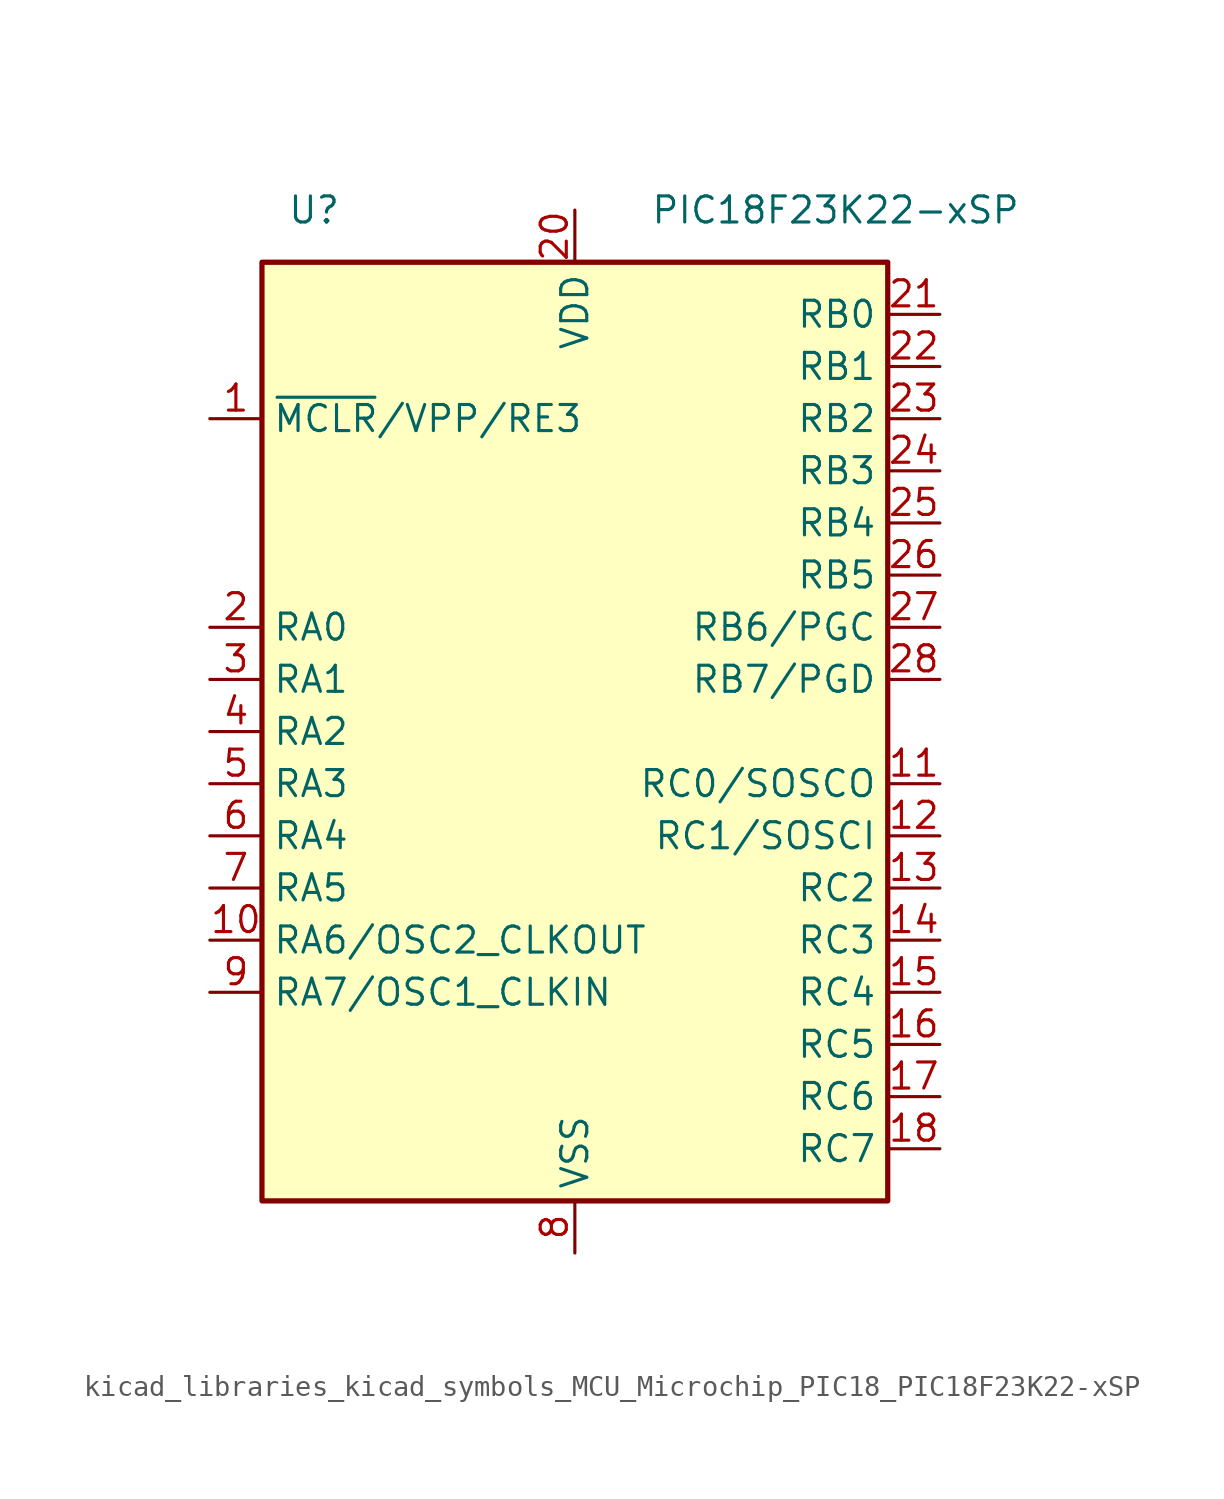
<source format=kicad_sym>
(kicad_symbol_lib
  (version 20220914)
  (generator kicad_symbol_editor)
  (symbol "kicad_libraries_kicad_symbols_MCU_Microchip_PIC18_PIC18F23K22-xSP"
    (property "Reference" "U"
      (at -12.7 25.4 0)
      (effects (font (size 1.27 1.27))))
    (property "Value" "PIC18F23K22-xSP"
      (at 12.7 25.4 0)
      (effects (font (size 1.27 1.27))))
    (symbol "kicad_libraries_kicad_symbols_MCU_Microchip_PIC18_PIC18F23K22-xSP_1_1"
      (rectangle (start -15.24 22.86) (end 15.24 -22.86) (stroke (width 0.254) (type default)) (fill (type background)))
      (pin input line (at -17.78 15.24 0) (length 2.54) (name "~{MCLR}/VPP/RE3" (effects (font (size 1.27 1.27)))) (number "1" (effects (font (size 1.27 1.27)))))
      (pin bidirectional line (at -17.78 -10.16 0) (length 2.54) (name "RA6/OSC2_CLKOUT" (effects (font (size 1.27 1.27)))) (number "10" (effects (font (size 1.27 1.27)))))
      (pin bidirectional line (at 17.78 -2.54 180) (length 2.54) (name "RC0/SOSCO" (effects (font (size 1.27 1.27)))) (number "11" (effects (font (size 1.27 1.27)))))
      (pin bidirectional line (at 17.78 -5.08 180) (length 2.54) (name "RC1/SOSCI" (effects (font (size 1.27 1.27)))) (number "12" (effects (font (size 1.27 1.27)))))
      (pin bidirectional line (at 17.78 -7.62 180) (length 2.54) (name "RC2" (effects (font (size 1.27 1.27)))) (number "13" (effects (font (size 1.27 1.27)))))
      (pin bidirectional line (at 17.78 -10.16 180) (length 2.54) (name "RC3" (effects (font (size 1.27 1.27)))) (number "14" (effects (font (size 1.27 1.27)))))
      (pin bidirectional line (at 17.78 -12.7 180) (length 2.54) (name "RC4" (effects (font (size 1.27 1.27)))) (number "15" (effects (font (size 1.27 1.27)))))
      (pin bidirectional line (at 17.78 -15.24 180) (length 2.54) (name "RC5" (effects (font (size 1.27 1.27)))) (number "16" (effects (font (size 1.27 1.27)))))
      (pin bidirectional line (at 17.78 -17.78 180) (length 2.54) (name "RC6" (effects (font (size 1.27 1.27)))) (number "17" (effects (font (size 1.27 1.27)))))
      (pin bidirectional line (at 17.78 -20.32 180) (length 2.54) (name "RC7" (effects (font (size 1.27 1.27)))) (number "18" (effects (font (size 1.27 1.27)))))
      (pin passive line (at 0 -25.4 90) (length 2.54) hide (name "VSS" (effects (font (size 1.27 1.27)))) (number "19" (effects (font (size 1.27 1.27)))))
      (pin bidirectional line (at -17.78 5.08 0) (length 2.54) (name "RA0" (effects (font (size 1.27 1.27)))) (number "2" (effects (font (size 1.27 1.27)))))
      (pin power_in line (at 0 25.4 270) (length 2.54) (name "VDD" (effects (font (size 1.27 1.27)))) (number "20" (effects (font (size 1.27 1.27)))))
      (pin bidirectional line (at 17.78 20.32 180) (length 2.54) (name "RB0" (effects (font (size 1.27 1.27)))) (number "21" (effects (font (size 1.27 1.27)))))
      (pin bidirectional line (at 17.78 17.78 180) (length 2.54) (name "RB1" (effects (font (size 1.27 1.27)))) (number "22" (effects (font (size 1.27 1.27)))))
      (pin bidirectional line (at 17.78 15.24 180) (length 2.54) (name "RB2" (effects (font (size 1.27 1.27)))) (number "23" (effects (font (size 1.27 1.27)))))
      (pin bidirectional line (at 17.78 12.7 180) (length 2.54) (name "RB3" (effects (font (size 1.27 1.27)))) (number "24" (effects (font (size 1.27 1.27)))))
      (pin bidirectional line (at 17.78 10.16 180) (length 2.54) (name "RB4" (effects (font (size 1.27 1.27)))) (number "25" (effects (font (size 1.27 1.27)))))
      (pin bidirectional line (at 17.78 7.62 180) (length 2.54) (name "RB5" (effects (font (size 1.27 1.27)))) (number "26" (effects (font (size 1.27 1.27)))))
      (pin bidirectional line (at 17.78 5.08 180) (length 2.54) (name "RB6/PGC" (effects (font (size 1.27 1.27)))) (number "27" (effects (font (size 1.27 1.27)))))
      (pin bidirectional line (at 17.78 2.54 180) (length 2.54) (name "RB7/PGD" (effects (font (size 1.27 1.27)))) (number "28" (effects (font (size 1.27 1.27)))))
      (pin bidirectional line (at -17.78 2.54 0) (length 2.54) (name "RA1" (effects (font (size 1.27 1.27)))) (number "3" (effects (font (size 1.27 1.27)))))
      (pin bidirectional line (at -17.78 0 0) (length 2.54) (name "RA2" (effects (font (size 1.27 1.27)))) (number "4" (effects (font (size 1.27 1.27)))))
      (pin bidirectional line (at -17.78 -2.54 0) (length 2.54) (name "RA3" (effects (font (size 1.27 1.27)))) (number "5" (effects (font (size 1.27 1.27)))))
      (pin bidirectional line (at -17.78 -5.08 0) (length 2.54) (name "RA4" (effects (font (size 1.27 1.27)))) (number "6" (effects (font (size 1.27 1.27)))))
      (pin bidirectional line (at -17.78 -7.62 0) (length 2.54) (name "RA5" (effects (font (size 1.27 1.27)))) (number "7" (effects (font (size 1.27 1.27)))))
      (pin power_in line (at 0 -25.4 90) (length 2.54) (name "VSS" (effects (font (size 1.27 1.27)))) (number "8" (effects (font (size 1.27 1.27)))))
      (pin bidirectional line (at -17.78 -12.7 0) (length 2.54) (name "RA7/OSC1_CLKIN" (effects (font (size 1.27 1.27)))) (number "9" (effects (font (size 1.27 1.27))))))))
</source>
